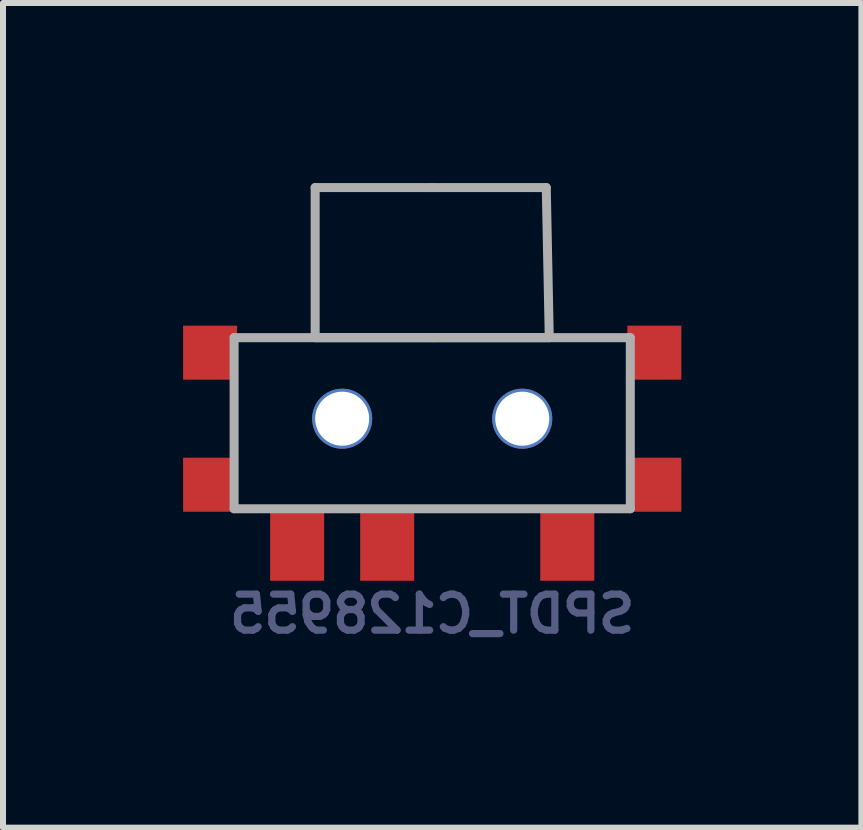
<source format=kicad_pcb>
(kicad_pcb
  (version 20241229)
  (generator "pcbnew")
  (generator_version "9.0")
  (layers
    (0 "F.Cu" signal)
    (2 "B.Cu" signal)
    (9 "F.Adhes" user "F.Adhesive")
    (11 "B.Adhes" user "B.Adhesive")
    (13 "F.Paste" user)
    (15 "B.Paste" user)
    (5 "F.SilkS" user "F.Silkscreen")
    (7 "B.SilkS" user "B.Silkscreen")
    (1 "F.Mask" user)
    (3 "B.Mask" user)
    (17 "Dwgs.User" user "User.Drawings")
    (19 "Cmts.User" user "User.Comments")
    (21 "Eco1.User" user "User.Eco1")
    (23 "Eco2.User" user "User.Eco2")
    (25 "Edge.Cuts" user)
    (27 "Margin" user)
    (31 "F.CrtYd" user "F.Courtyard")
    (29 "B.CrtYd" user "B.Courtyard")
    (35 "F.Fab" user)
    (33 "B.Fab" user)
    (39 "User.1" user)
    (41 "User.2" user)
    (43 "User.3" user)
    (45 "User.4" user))
  (footprint "SPDT_C128955"
    (layer "F.Cu")
    (at 4.15 3.925)
    (property "Reference" "SPDT_C128955" (at 0 3.251 0) (layer "B.Fab") (effects (font (size 0.6 0.6) (thickness 0.12)) (justify mirror)))
    (attr smd)
    (fp_line (start -3.3 -1.35) (end -3.3 1.5) (stroke (width 0.15) (type solid)) (layer "F.Fab"))
    (fp_line (start -3.3 1.5) (end 3.3 1.5) (stroke (width 0.15) (type solid)) (layer "F.Fab"))
    (fp_line (start -1.95 -3.85) (end 0 -3.85) (stroke (width 0.15) (type solid)) (layer "F.Fab"))
    (fp_line (start -1.95 -1.35) (end -1.95 -3.85) (stroke (width 0.15) (type solid)) (layer "F.Fab"))
    (fp_line (start 0 -3.85) (end 1.9 -3.85) (stroke (width 0.15) (type solid)) (layer "F.Fab"))
    (fp_line (start 0 -1.35) (end -3.3 -1.35) (stroke (width 0.15) (type solid)) (layer "F.Fab"))
    (fp_line (start 0 -1.35) (end 3.3 -1.35) (stroke (width 0.15) (type solid)) (layer "F.Fab"))
    (fp_line (start 1.9 -3.85) (end 1.95 -1.35) (stroke (width 0.15) (type solid)) (layer "F.Fab"))
    (fp_line (start 1.95 -1.35) (end -1.95 -1.35) (stroke (width 0.15) (type solid)) (layer "F.Fab"))
    (fp_line (start 3.3 1.5) (end 3.3 -1.35) (stroke (width 0.15) (type solid)) (layer "F.Fab"))
    (pad "" np_thru_hole circle (at -1.5 0) (size 1 1) (drill 0.9) (layers "*.Cu" "*.Mask"))
    (pad "" np_thru_hole circle (at 1.5 0) (size 1 1) (drill 0.9) (layers "*.Cu" "*.Mask"))
    (pad "0" smd rect (at -3.7 -1.1) (size 0.9 0.9) (layers "F.Cu" "F.Mask" "F.Paste"))
    (pad "0" smd rect (at -3.7 1.1) (size 0.9 0.9) (layers "F.Cu" "F.Mask" "F.Paste"))
    (pad "0" smd rect (at 3.7 -1.1) (size 0.9 0.9) (layers "F.Cu" "F.Mask" "F.Paste"))
    (pad "0" smd rect (at 3.7 1.1) (size 0.9 0.9) (layers "F.Cu" "F.Mask" "F.Paste"))
    (pad "1" smd rect (at 2.25 2.075) (size 0.9 1.25) (layers "F.Cu" "F.Mask" "F.Paste"))
    (pad "2" smd rect (at -0.75 2.075) (size 0.9 1.25) (layers "F.Cu" "F.Mask" "F.Paste"))
    (pad "3" smd rect (at -2.25 2.075) (size 0.9 1.25) (layers "F.Cu" "F.Mask" "F.Paste")))
  (gr_rect
    (start -3 -3)
    (end 11.3 10.738)
    (stroke (width 0.1) (type default))
    (fill no)
    (layer "Edge.Cuts")))
</source>
